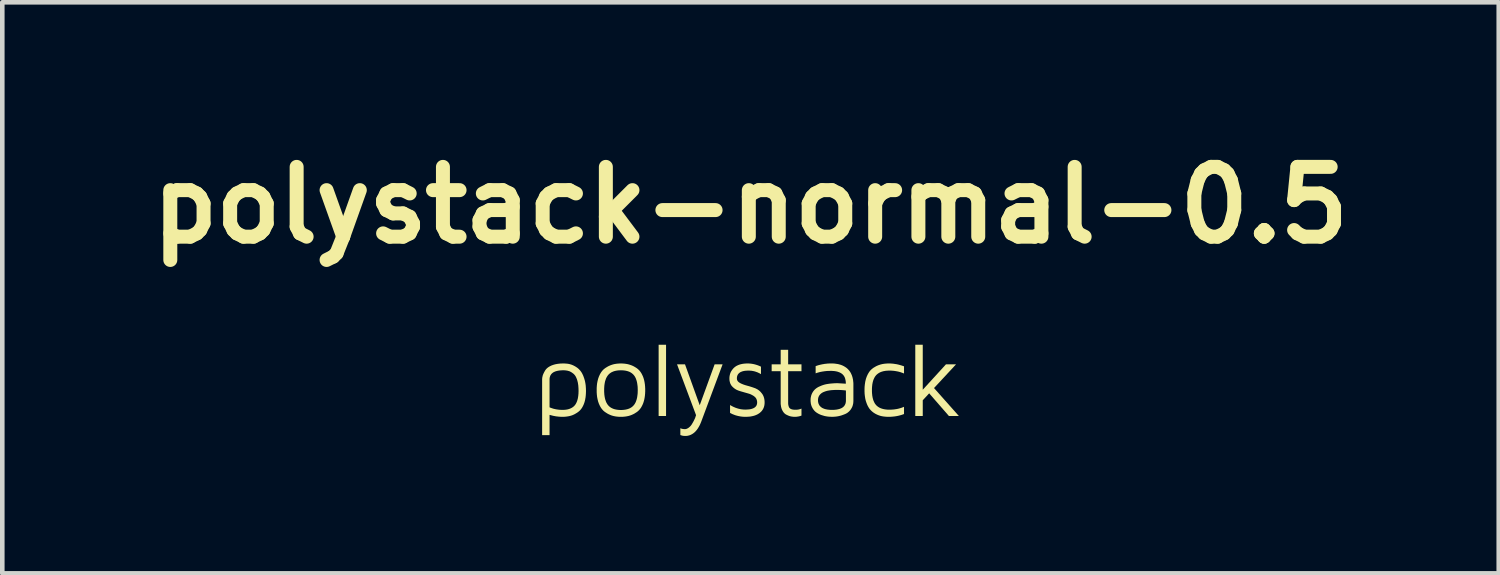
<source format=kicad_pcb>
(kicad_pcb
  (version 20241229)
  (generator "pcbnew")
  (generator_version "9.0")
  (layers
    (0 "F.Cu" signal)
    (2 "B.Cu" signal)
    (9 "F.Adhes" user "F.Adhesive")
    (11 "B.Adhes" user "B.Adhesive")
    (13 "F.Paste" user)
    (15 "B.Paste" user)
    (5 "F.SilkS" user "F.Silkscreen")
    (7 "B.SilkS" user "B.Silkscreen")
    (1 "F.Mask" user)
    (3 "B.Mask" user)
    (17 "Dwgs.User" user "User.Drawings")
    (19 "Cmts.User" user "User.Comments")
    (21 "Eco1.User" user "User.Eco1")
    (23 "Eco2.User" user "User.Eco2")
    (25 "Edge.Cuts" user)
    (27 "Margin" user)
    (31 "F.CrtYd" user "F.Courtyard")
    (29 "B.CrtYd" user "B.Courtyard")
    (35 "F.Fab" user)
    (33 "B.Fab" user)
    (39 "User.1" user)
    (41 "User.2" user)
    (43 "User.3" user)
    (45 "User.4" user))
  (footprint "polystack-normal-0.5"
    (layer "F.Cu")
    (at 13.331 5.47)
    (property "Reference" "polystack-normal-0.5" (at 0 -4.043 0) (layer "F.SilkS") (effects (font (size 1.524 1.524) (thickness 0.305))))
    (attr smd)
    (fp_poly (pts (xy -2.005 0.56) (xy -2.005 -0.995) (xy -1.843 -0.995) (xy -1.843 0.56) (xy -2.005 0.56)) (stroke (width 0) (type solid)) (fill yes) (layer "F.SilkS"))
    (fp_poly (pts (xy 3.597 0.56) (xy 3.597 -0.995) (xy 3.76 -0.995) (xy 3.76 -0.013) (xy 4.266 -0.567) (xy 4.486 -0.567) (xy 4.006 -0.05) (xy 4.548 0.56) (xy 4.331 0.56) (xy 3.9 0.065) (xy 3.76 0.217) (xy 3.76 0.56) (xy 3.597 0.56)) (stroke (width 0) (type solid)) (fill yes) (layer "F.SilkS"))
    (fp_poly (pts (xy 0.462 -0.418) (xy 0.462 -0.567) (xy 0.659 -0.567) (xy 0.659 -0.885) (xy 0.822 -0.885) (xy 0.822 -0.567) (xy 1.113 -0.567) (xy 1.113 -0.418) (xy 0.822 -0.418) (xy 0.822 0.269) (xy 0.822 0.286) (xy 0.823 0.301) (xy 0.825 0.316) (xy 0.828 0.33) (xy 0.831 0.342) (xy 0.835 0.354) (xy 0.839 0.365) (xy 0.844 0.374) (xy 0.85 0.383) (xy 0.857 0.39) (xy 0.865 0.397) (xy 0.874 0.403) (xy 0.884 0.408) (xy 0.895 0.412) (xy 0.907 0.416) (xy 0.92 0.419) (xy 0.935 0.421) (xy 0.95 0.423) (xy 0.966 0.424) (xy 0.984 0.424) (xy 0.998 0.424) (xy 1.011 0.423) (xy 1.025 0.422) (xy 1.038 0.42) (xy 1.051 0.418) (xy 1.064 0.415) (xy 1.076 0.411) (xy 1.089 0.407) (xy 1.101 0.403) (xy 1.113 0.398) (xy 1.113 0.551) (xy 1.1 0.556) (xy 1.087 0.56) (xy 1.074 0.564) (xy 1.061 0.567) (xy 1.048 0.57) (xy 1.035 0.572) (xy 1.022 0.574) (xy 1.009 0.576) (xy 0.996 0.577) (xy 0.983 0.577) (xy 0.97 0.578) (xy 0.964 0.578) (xy 0.951 0.577) (xy 0.938 0.577) (xy 0.926 0.576) (xy 0.913 0.574) (xy 0.901 0.573) (xy 0.888 0.57) (xy 0.876 0.568) (xy 0.865 0.565) (xy 0.854 0.562) (xy 0.842 0.558) (xy 0.83 0.553) (xy 0.818 0.548) (xy 0.805 0.542) (xy 0.792 0.536) (xy 0.779 0.529) (xy 0.768 0.523) (xy 0.758 0.516) (xy 0.748 0.508) (xy 0.739 0.499) (xy 0.73 0.49) (xy 0.722 0.48) (xy 0.714 0.469) (xy 0.706 0.457) (xy 0.699 0.444) (xy 0.692 0.431) (xy 0.687 0.42) (xy 0.682 0.409) (xy 0.678 0.397) (xy 0.675 0.385) (xy 0.671 0.373) (xy 0.668 0.36) (xy 0.666 0.347) (xy 0.664 0.333) (xy 0.662 0.32) (xy 0.66 0.305) (xy 0.659 0.291) (xy 0.659 0.276) (xy 0.659 0.26) (xy 0.659 -0.418) (xy 0.462 -0.418) (xy 0.462 -0.418)) (stroke (width 0) (type solid)) (fill yes) (layer "F.SilkS"))
    (fp_poly (pts (xy -1.603 -0.567) (xy -1.429 -0.567) (xy -1.108 0.325) (xy -0.783 -0.567) (xy -0.609 -0.567) (xy -1.07 0.67) (xy -1.076 0.686) (xy -1.082 0.701) (xy -1.088 0.715) (xy -1.094 0.729) (xy -1.1 0.743) (xy -1.107 0.757) (xy -1.113 0.77) (xy -1.12 0.782) (xy -1.127 0.795) (xy -1.134 0.807) (xy -1.141 0.818) (xy -1.148 0.83) (xy -1.155 0.84) (xy -1.163 0.851) (xy -1.17 0.861) (xy -1.178 0.871) (xy -1.186 0.88) (xy -1.194 0.889) (xy -1.202 0.898) (xy -1.21 0.906) (xy -1.219 0.914) (xy -1.227 0.922) (xy -1.236 0.929) (xy -1.245 0.936) (xy -1.254 0.942) (xy -1.263 0.948) (xy -1.272 0.954) (xy -1.281 0.959) (xy -1.291 0.964) (xy -1.3 0.969) (xy -1.31 0.973) (xy -1.32 0.977) (xy -1.33 0.981) (xy -1.34 0.984) (xy -1.35 0.986) (xy -1.36 0.989) (xy -1.371 0.991) (xy -1.381 0.993) (xy -1.392 0.994) (xy -1.403 0.995) (xy -1.414 0.995) (xy -1.425 0.995) (xy -1.438 0.995) (xy -1.452 0.994) (xy -1.465 0.993) (xy -1.478 0.991) (xy -1.492 0.988) (xy -1.505 0.984) (xy -1.518 0.98) (xy -1.531 0.976) (xy -1.531 0.827) (xy -1.519 0.831) (xy -1.508 0.836) (xy -1.496 0.839) (xy -1.484 0.842) (xy -1.472 0.844) (xy -1.459 0.845) (xy -1.447 0.846) (xy -1.434 0.847) (xy -1.421 0.846) (xy -1.409 0.844) (xy -1.397 0.841) (xy -1.385 0.836) (xy -1.373 0.83) (xy -1.361 0.823) (xy -1.349 0.815) (xy -1.339 0.807) (xy -1.329 0.798) (xy -1.32 0.79) (xy -1.311 0.781) (xy -1.302 0.771) (xy -1.295 0.761) (xy -1.287 0.751) (xy -1.28 0.74) (xy -1.274 0.729) (xy -1.267 0.718) (xy -1.261 0.707) (xy -1.254 0.695) (xy -1.248 0.684) (xy -1.242 0.673) (xy -1.236 0.662) (xy -1.231 0.65) (xy -1.224 0.636) (xy -1.217 0.622) (xy -1.211 0.609) (xy -1.206 0.596) (xy -1.202 0.584) (xy -1.199 0.573) (xy -1.188 0.542) (xy -1.603 -0.567) (xy -1.603 -0.567)) (stroke (width 0) (type solid)) (fill yes) (layer "F.SilkS"))
    (fp_poly (pts (xy 2.489 -0.004) (xy 2.489 -0.02) (xy 2.489 -0.035) (xy 2.49 -0.05) (xy 2.49 -0.065) (xy 2.491 -0.08) (xy 2.492 -0.094) (xy 2.494 -0.109) (xy 2.495 -0.123) (xy 2.497 -0.136) (xy 2.499 -0.15) (xy 2.501 -0.163) (xy 2.503 -0.177) (xy 2.505 -0.19) (xy 2.508 -0.202) (xy 2.511 -0.215) (xy 2.514 -0.227) (xy 2.517 -0.239) (xy 2.52 -0.251) (xy 2.524 -0.263) (xy 2.528 -0.274) (xy 2.532 -0.286) (xy 2.536 -0.297) (xy 2.542 -0.311) (xy 2.548 -0.324) (xy 2.554 -0.337) (xy 2.56 -0.35) (xy 2.567 -0.363) (xy 2.574 -0.374) (xy 2.581 -0.386) (xy 2.588 -0.397) (xy 2.596 -0.408) (xy 2.603 -0.418) (xy 2.611 -0.428) (xy 2.62 -0.437) (xy 2.628 -0.446) (xy 2.637 -0.454) (xy 2.646 -0.463) (xy 2.655 -0.47) (xy 2.664 -0.477) (xy 2.676 -0.486) (xy 2.687 -0.494) (xy 2.699 -0.501) (xy 2.711 -0.508) (xy 2.723 -0.515) (xy 2.735 -0.522) (xy 2.746 -0.528) (xy 2.758 -0.534) (xy 2.77 -0.539) (xy 2.782 -0.544) (xy 2.794 -0.549) (xy 2.806 -0.553) (xy 2.818 -0.557) (xy 2.83 -0.561) (xy 2.843 -0.565) (xy 2.855 -0.568) (xy 2.868 -0.571) (xy 2.88 -0.574) (xy 2.893 -0.576) (xy 2.906 -0.578) (xy 2.92 -0.58) (xy 2.933 -0.582) (xy 2.946 -0.583) (xy 2.96 -0.584) (xy 2.974 -0.585) (xy 2.988 -0.586) (xy 3.002 -0.586) (xy 3.017 -0.587) (xy 3.03 -0.586) (xy 3.044 -0.586) (xy 3.057 -0.586) (xy 3.071 -0.585) (xy 3.084 -0.584) (xy 3.098 -0.583) (xy 3.111 -0.582) (xy 3.125 -0.58) (xy 3.138 -0.578) (xy 3.152 -0.576) (xy 3.165 -0.574) (xy 3.179 -0.572) (xy 3.192 -0.57) (xy 3.205 -0.567) (xy 3.219 -0.564) (xy 3.232 -0.561) (xy 3.245 -0.557) (xy 3.258 -0.554) (xy 3.272 -0.55) (xy 3.285 -0.546) (xy 3.298 -0.542) (xy 3.311 -0.538) (xy 3.325 -0.533) (xy 3.338 -0.529) (xy 3.351 -0.524) (xy 3.351 -0.368) (xy 3.338 -0.373) (xy 3.325 -0.378) (xy 3.312 -0.383) (xy 3.299 -0.387) (xy 3.287 -0.392) (xy 3.274 -0.396) (xy 3.261 -0.4) (xy 3.248 -0.403) (xy 3.235 -0.407) (xy 3.221 -0.41) (xy 3.208 -0.413) (xy 3.195 -0.415) (xy 3.182 -0.418) (xy 3.169 -0.42) (xy 3.155 -0.422) (xy 3.142 -0.424) (xy 3.129 -0.426) (xy 3.115 -0.427) (xy 3.102 -0.428) (xy 3.089 -0.429) (xy 3.075 -0.43) (xy 3.062 -0.431) (xy 3.048 -0.431) (xy 3.034 -0.431) (xy 3.018 -0.431) (xy 3.002 -0.43) (xy 2.986 -0.429) (xy 2.971 -0.428) (xy 2.956 -0.427) (xy 2.941 -0.425) (xy 2.927 -0.422) (xy 2.913 -0.42) (xy 2.899 -0.417) (xy 2.886 -0.413) (xy 2.873 -0.41) (xy 2.861 -0.406) (xy 2.849 -0.401) (xy 2.837 -0.397) (xy 2.826 -0.391) (xy 2.815 -0.386) (xy 2.805 -0.38) (xy 2.795 -0.374) (xy 2.785 -0.367) (xy 2.776 -0.361) (xy 2.767 -0.353) (xy 2.758 -0.346) (xy 2.75 -0.338) (xy 2.742 -0.33) (xy 2.735 -0.322) (xy 2.729 -0.313) (xy 2.722 -0.305) (xy 2.716 -0.296) (xy 2.71 -0.286) (xy 2.705 -0.276) (xy 2.7 -0.266) (xy 2.695 -0.256) (xy 2.69 -0.245) (xy 2.685 -0.234) (xy 2.681 -0.222) (xy 2.677 -0.21) (xy 2.674 -0.198) (xy 2.67 -0.185) (xy 2.667 -0.172) (xy 2.664 -0.158) (xy 2.662 -0.145) (xy 2.659 -0.131) (xy 2.657 -0.116) (xy 2.656 -0.101) (xy 2.654 -0.086) (xy 2.653 -0.07) (xy 2.652 -0.054) (xy 2.651 -0.038) (xy 2.651 -0.021) (xy 2.651 -0.004) (xy 2.651 0.013) (xy 2.651 0.03) (xy 2.652 0.046) (xy 2.653 0.062) (xy 2.654 0.078) (xy 2.656 0.093) (xy 2.657 0.108) (xy 2.659 0.123) (xy 2.662 0.137) (xy 2.664 0.151) (xy 2.667 0.164) (xy 2.67 0.177) (xy 2.674 0.19) (xy 2.677 0.203) (xy 2.681 0.215) (xy 2.685 0.226) (xy 2.69 0.237) (xy 2.695 0.248) (xy 2.7 0.259) (xy 2.705 0.269) (xy 2.71 0.279) (xy 2.716 0.288) (xy 2.722 0.297) (xy 2.729 0.306) (xy 2.735 0.314) (xy 2.742 0.322) (xy 2.75 0.33) (xy 2.758 0.338) (xy 2.767 0.345) (xy 2.776 0.353) (xy 2.785 0.359) (xy 2.795 0.366) (xy 2.805 0.372) (xy 2.815 0.378) (xy 2.826 0.383) (xy 2.837 0.388) (xy 2.849 0.393) (xy 2.861 0.397) (xy 2.873 0.401) (xy 2.886 0.405) (xy 2.899 0.408) (xy 2.913 0.411) (xy 2.927 0.414) (xy 2.941 0.416) (xy 2.956 0.418) (xy 2.971 0.419) (xy 2.986 0.421) (xy 3.002 0.422) (xy 3.018 0.422) (xy 3.034 0.422) (xy 3.049 0.422) (xy 3.063 0.422) (xy 3.077 0.421) (xy 3.09 0.42) (xy 3.104 0.419) (xy 3.118 0.418) (xy 3.132 0.417) (xy 3.145 0.415) (xy 3.159 0.413) (xy 3.172 0.411) (xy 3.185 0.409) (xy 3.198 0.407) (xy 3.212 0.404) (xy 3.225 0.401) (xy 3.238 0.398) (xy 3.251 0.394) (xy 3.263 0.391) (xy 3.276 0.387) (xy 3.289 0.383) (xy 3.301 0.379) (xy 3.314 0.374) (xy 3.326 0.369) (xy 3.339 0.365) (xy 3.351 0.359) (xy 3.351 0.517) (xy 3.338 0.522) (xy 3.325 0.526) (xy 3.313 0.531) (xy 3.3 0.535) (xy 3.287 0.539) (xy 3.274 0.543) (xy 3.261 0.546) (xy 3.248 0.55) (xy 3.235 0.553) (xy 3.222 0.556) (xy 3.208 0.559) (xy 3.195 0.561) (xy 3.182 0.564) (xy 3.168 0.566) (xy 3.155 0.568) (xy 3.141 0.57) (xy 3.128 0.571) (xy 3.114 0.573) (xy 3.1 0.574) (xy 3.087 0.575) (xy 3.073 0.576) (xy 3.059 0.577) (xy 3.045 0.577) (xy 3.031 0.578) (xy 3.017 0.578) (xy 3.002 0.578) (xy 2.988 0.577) (xy 2.974 0.577) (xy 2.96 0.576) (xy 2.947 0.575) (xy 2.933 0.574) (xy 2.92 0.572) (xy 2.907 0.571) (xy 2.894 0.569) (xy 2.881 0.567) (xy 2.868 0.564) (xy 2.856 0.562) (xy 2.843 0.559) (xy 2.83 0.555) (xy 2.818 0.551) (xy 2.805 0.547) (xy 2.792 0.542) (xy 2.779 0.537) (xy 2.766 0.531) (xy 2.753 0.525) (xy 2.74 0.519) (xy 2.727 0.512) (xy 2.715 0.505) (xy 2.704 0.498) (xy 2.692 0.49) (xy 2.681 0.483) (xy 2.671 0.475) (xy 2.66 0.466) (xy 2.65 0.458) (xy 2.641 0.449) (xy 2.631 0.44) (xy 2.622 0.43) (xy 2.613 0.42) (xy 2.604 0.41) (xy 2.597 0.401) (xy 2.59 0.391) (xy 2.584 0.381) (xy 2.577 0.371) (xy 2.571 0.36) (xy 2.564 0.348) (xy 2.558 0.336) (xy 2.552 0.324) (xy 2.547 0.312) (xy 2.541 0.298) (xy 2.536 0.285) (xy 2.531 0.271) (xy 2.526 0.256) (xy 2.521 0.241) (xy 2.517 0.23) (xy 2.514 0.217) (xy 2.511 0.205) (xy 2.508 0.193) (xy 2.505 0.18) (xy 2.503 0.167) (xy 2.501 0.154) (xy 2.499 0.141) (xy 2.497 0.127) (xy 2.495 0.113) (xy 2.494 0.099) (xy 2.492 0.085) (xy 2.491 0.071) (xy 2.49 0.056) (xy 2.49 0.041) (xy 2.489 0.026) (xy 2.489 0.011) (xy 2.489 -0.004) (xy 2.489 -0.004)) (stroke (width 0) (type solid)) (fill yes) (layer "F.SilkS"))
    (fp_poly (pts (xy -4.548 0.978) (xy -4.548 -0.23) (xy -4.31 -0.388) (xy -4.318 -0.382) (xy -4.326 -0.376) (xy -4.333 -0.369) (xy -4.34 -0.363) (xy -4.346 -0.356) (xy -4.352 -0.349) (xy -4.357 -0.341) (xy -4.362 -0.333) (xy -4.367 -0.325) (xy -4.371 -0.316) (xy -4.374 -0.307) (xy -4.377 -0.298) (xy -4.38 -0.289) (xy -4.382 -0.279) (xy -4.384 -0.269) (xy -4.385 -0.259) (xy -4.386 -0.248) (xy -4.386 -0.237) (xy -4.386 0.37) (xy -4.386 0.37) (xy -4.374 0.376) (xy -4.361 0.381) (xy -4.349 0.385) (xy -4.336 0.39) (xy -4.323 0.394) (xy -4.311 0.398) (xy -4.298 0.402) (xy -4.285 0.405) (xy -4.271 0.408) (xy -4.258 0.411) (xy -4.245 0.414) (xy -4.231 0.416) (xy -4.218 0.418) (xy -4.204 0.42) (xy -4.191 0.422) (xy -4.177 0.423) (xy -4.163 0.425) (xy -4.149 0.425) (xy -4.135 0.426) (xy -4.12 0.426) (xy -4.106 0.427) (xy -4.09 0.426) (xy -4.075 0.426) (xy -4.059 0.425) (xy -4.045 0.424) (xy -4.03 0.422) (xy -4.016 0.42) (xy -4.003 0.418) (xy -3.989 0.415) (xy -3.977 0.412) (xy -3.964 0.408) (xy -3.952 0.404) (xy -3.94 0.4) (xy -3.929 0.395) (xy -3.918 0.39) (xy -3.908 0.385) (xy -3.897 0.379) (xy -3.888 0.373) (xy -3.878 0.366) (xy -3.869 0.36) (xy -3.861 0.352) (xy -3.852 0.345) (xy -3.844 0.337) (xy -3.837 0.328) (xy -3.83 0.32) (xy -3.824 0.312) (xy -3.818 0.303) (xy -3.812 0.294) (xy -3.807 0.284) (xy -3.802 0.274) (xy -3.797 0.264) (xy -3.792 0.253) (xy -3.788 0.242) (xy -3.783 0.23) (xy -3.78 0.218) (xy -3.776 0.206) (xy -3.773 0.193) (xy -3.769 0.18) (xy -3.767 0.166) (xy -3.764 0.152) (xy -3.762 0.138) (xy -3.76 0.123) (xy -3.758 0.108) (xy -3.757 0.092) (xy -3.755 0.077) (xy -3.754 0.06) (xy -3.754 0.043) (xy -3.753 0.026) (xy -3.753 0.009) (xy -3.753 -0.007) (xy -3.754 -0.022) (xy -3.754 -0.037) (xy -3.755 -0.052) (xy -3.756 -0.067) (xy -3.757 -0.081) (xy -3.758 -0.095) (xy -3.759 -0.108) (xy -3.761 -0.122) (xy -3.763 -0.135) (xy -3.765 -0.147) (xy -3.767 -0.16) (xy -3.769 -0.172) (xy -3.772 -0.184) (xy -3.775 -0.195) (xy -3.778 -0.207) (xy -3.781 -0.218) (xy -3.784 -0.228) (xy -3.789 -0.244) (xy -3.795 -0.258) (xy -3.801 -0.272) (xy -3.807 -0.286) (xy -3.813 -0.298) (xy -3.82 -0.31) (xy -3.827 -0.321) (xy -3.835 -0.332) (xy -3.843 -0.341) (xy -3.851 -0.35) (xy -3.86 -0.359) (xy -3.869 -0.366) (xy -3.881 -0.375) (xy -3.893 -0.384) (xy -3.905 -0.392) (xy -3.916 -0.399) (xy -3.928 -0.405) (xy -3.939 -0.411) (xy -3.95 -0.416) (xy -3.962 -0.42) (xy -3.973 -0.423) (xy -3.984 -0.426) (xy -3.995 -0.429) (xy -4.007 -0.431) (xy -4.019 -0.433) (xy -4.032 -0.435) (xy -4.045 -0.436) (xy -4.058 -0.437) (xy -4.071 -0.438) (xy -4.085 -0.438) (xy -4.101 -0.438) (xy -4.117 -0.437) (xy -4.133 -0.436) (xy -4.148 -0.435) (xy -4.163 -0.434) (xy -4.177 -0.432) (xy -4.19 -0.43) (xy -4.204 -0.428) (xy -4.216 -0.425) (xy -4.229 -0.422) (xy -4.24 -0.419) (xy -4.252 -0.415) (xy -4.263 -0.412) (xy -4.273 -0.407) (xy -4.283 -0.403) (xy -4.293 -0.398) (xy -4.302 -0.393) (xy -4.31 -0.388) (xy -4.548 -0.23) (xy -4.548 -0.243) (xy -4.547 -0.256) (xy -4.546 -0.27) (xy -4.544 -0.283) (xy -4.541 -0.296) (xy -4.538 -0.31) (xy -4.535 -0.323) (xy -4.532 -0.333) (xy -4.528 -0.343) (xy -4.524 -0.353) (xy -4.519 -0.364) (xy -4.514 -0.375) (xy -4.508 -0.387) (xy -4.502 -0.399) (xy -4.495 -0.411) (xy -4.488 -0.424) (xy -4.48 -0.437) (xy -4.473 -0.446) (xy -4.467 -0.455) (xy -4.459 -0.464) (xy -4.451 -0.473) (xy -4.442 -0.481) (xy -4.433 -0.489) (xy -4.423 -0.497) (xy -4.412 -0.505) (xy -4.401 -0.512) (xy -4.39 -0.519) (xy -4.377 -0.526) (xy -4.364 -0.532) (xy -4.351 -0.539) (xy -4.336 -0.545) (xy -4.325 -0.549) (xy -4.314 -0.553) (xy -4.303 -0.557) (xy -4.291 -0.56) (xy -4.279 -0.564) (xy -4.267 -0.567) (xy -4.255 -0.57) (xy -4.242 -0.572) (xy -4.229 -0.575) (xy -4.216 -0.577) (xy -4.202 -0.579) (xy -4.188 -0.581) (xy -4.174 -0.582) (xy -4.16 -0.584) (xy -4.146 -0.585) (xy -4.131 -0.585) (xy -4.116 -0.586) (xy -4.101 -0.586) (xy -4.085 -0.587) (xy -4.071 -0.586) (xy -4.057 -0.586) (xy -4.044 -0.585) (xy -4.03 -0.584) (xy -4.016 -0.583) (xy -4.003 -0.582) (xy -3.989 -0.58) (xy -3.976 -0.578) (xy -3.963 -0.576) (xy -3.95 -0.573) (xy -3.938 -0.57) (xy -3.926 -0.566) (xy -3.913 -0.562) (xy -3.9 -0.558) (xy -3.887 -0.552) (xy -3.873 -0.547) (xy -3.86 -0.54) (xy -3.846 -0.533) (xy -3.833 -0.526) (xy -3.821 -0.519) (xy -3.81 -0.512) (xy -3.799 -0.505) (xy -3.788 -0.497) (xy -3.777 -0.49) (xy -3.767 -0.481) (xy -3.757 -0.473) (xy -3.747 -0.464) (xy -3.738 -0.454) (xy -3.729 -0.445) (xy -3.72 -0.435) (xy -3.711 -0.424) (xy -3.705 -0.416) (xy -3.698 -0.407) (xy -3.692 -0.397) (xy -3.685 -0.387) (xy -3.679 -0.377) (xy -3.673 -0.366) (xy -3.668 -0.355) (xy -3.662 -0.343) (xy -3.656 -0.331) (xy -3.651 -0.319) (xy -3.646 -0.306) (xy -3.641 -0.292) (xy -3.636 -0.278) (xy -3.631 -0.264) (xy -3.626 -0.249) (xy -3.623 -0.237) (xy -3.619 -0.225) (xy -3.616 -0.213) (xy -3.613 -0.201) (xy -3.61 -0.188) (xy -3.608 -0.175) (xy -3.605 -0.162) (xy -3.603 -0.149) (xy -3.601 -0.135) (xy -3.599 -0.122) (xy -3.597 -0.108) (xy -3.596 -0.094) (xy -3.595 -0.079) (xy -3.594 -0.065) (xy -3.593 -0.05) (xy -3.592 -0.035) (xy -3.592 -0.02) (xy -3.591 -0.005) (xy -3.591 0.011) (xy -3.591 0.027) (xy -3.592 0.042) (xy -3.592 0.058) (xy -3.593 0.073) (xy -3.594 0.088) (xy -3.595 0.103) (xy -3.596 0.117) (xy -3.598 0.131) (xy -3.599 0.145) (xy -3.601 0.159) (xy -3.604 0.173) (xy -3.606 0.186) (xy -3.608 0.199) (xy -3.611 0.212) (xy -3.614 0.225) (xy -3.617 0.238) (xy -3.621 0.25) (xy -3.624 0.262) (xy -3.628 0.274) (xy -3.632 0.285) (xy -3.636 0.296) (xy -3.642 0.311) (xy -3.648 0.325) (xy -3.655 0.338) (xy -3.661 0.351) (xy -3.668 0.364) (xy -3.675 0.376) (xy -3.683 0.388) (xy -3.69 0.399) (xy -3.698 0.409) (xy -3.707 0.42) (xy -3.715 0.43) (xy -3.724 0.439) (xy -3.733 0.448) (xy -3.742 0.456) (xy -3.752 0.464) (xy -3.762 0.472) (xy -3.773 0.48) (xy -3.785 0.488) (xy -3.796 0.495) (xy -3.808 0.502) (xy -3.819 0.509) (xy -3.831 0.516) (xy -3.842 0.522) (xy -3.854 0.527) (xy -3.865 0.533) (xy -3.877 0.538) (xy -3.889 0.543) (xy -3.901 0.547) (xy -3.912 0.551) (xy -3.924 0.554) (xy -3.936 0.558) (xy -3.948 0.561) (xy -3.96 0.563) (xy -3.973 0.566) (xy -3.985 0.568) (xy -3.998 0.57) (xy -4.011 0.572) (xy -4.024 0.573) (xy -4.037 0.575) (xy -4.051 0.576) (xy -4.064 0.577) (xy -4.078 0.577) (xy -4.092 0.578) (xy -4.106 0.578) (xy -4.119 0.578) (xy -4.132 0.577) (xy -4.145 0.577) (xy -4.159 0.576) (xy -4.172 0.575) (xy -4.185 0.574) (xy -4.198 0.573) (xy -4.212 0.571) (xy -4.225 0.57) (xy -4.238 0.568) (xy -4.252 0.566) (xy -4.265 0.564) (xy -4.278 0.561) (xy -4.292 0.559) (xy -4.305 0.556) (xy -4.319 0.553) (xy -4.332 0.549) (xy -4.345 0.546) (xy -4.359 0.542) (xy -4.372 0.539) (xy -4.386 0.535) (xy -4.386 0.978) (xy -4.548 0.978) (xy -4.548 0.978)) (stroke (width 0) (type solid)) (fill yes) (layer "F.SilkS"))
    (fp_poly (pts (xy -0.46 -0.259) (xy -0.46 -0.273) (xy -0.459 -0.286) (xy -0.458 -0.299) (xy -0.456 -0.312) (xy -0.454 -0.324) (xy -0.451 -0.337) (xy -0.448 -0.349) (xy -0.445 -0.361) (xy -0.44 -0.373) (xy -0.436 -0.385) (xy -0.431 -0.396) (xy -0.425 -0.408) (xy -0.419 -0.419) (xy -0.412 -0.429) (xy -0.405 -0.44) (xy -0.397 -0.451) (xy -0.389 -0.461) (xy -0.381 -0.471) (xy -0.372 -0.481) (xy -0.362 -0.491) (xy -0.354 -0.498) (xy -0.346 -0.505) (xy -0.337 -0.512) (xy -0.328 -0.519) (xy -0.318 -0.525) (xy -0.309 -0.531) (xy -0.298 -0.537) (xy -0.288 -0.542) (xy -0.277 -0.547) (xy -0.266 -0.552) (xy -0.255 -0.556) (xy -0.243 -0.561) (xy -0.231 -0.564) (xy -0.219 -0.568) (xy -0.206 -0.571) (xy -0.193 -0.574) (xy -0.179 -0.577) (xy -0.166 -0.579) (xy -0.151 -0.581) (xy -0.137 -0.583) (xy -0.122 -0.584) (xy -0.107 -0.585) (xy -0.092 -0.586) (xy -0.076 -0.586) (xy -0.06 -0.587) (xy -0.047 -0.586) (xy -0.034 -0.586) (xy -0.021 -0.585) (xy -0.008 -0.584) (xy 0.006 -0.583) (xy 0.019 -0.581) (xy 0.032 -0.579) (xy 0.045 -0.577) (xy 0.058 -0.575) (xy 0.071 -0.572) (xy 0.084 -0.569) (xy 0.097 -0.566) (xy 0.111 -0.562) (xy 0.124 -0.558) (xy 0.137 -0.554) (xy 0.15 -0.55) (xy 0.163 -0.545) (xy 0.176 -0.54) (xy 0.189 -0.535) (xy 0.202 -0.529) (xy 0.216 -0.523) (xy 0.229 -0.517) (xy 0.229 -0.354) (xy 0.216 -0.361) (xy 0.204 -0.368) (xy 0.192 -0.374) (xy 0.179 -0.38) (xy 0.167 -0.386) (xy 0.154 -0.392) (xy 0.141 -0.397) (xy 0.129 -0.401) (xy 0.116 -0.406) (xy 0.103 -0.41) (xy 0.09 -0.414) (xy 0.077 -0.417) (xy 0.064 -0.42) (xy 0.051 -0.422) (xy 0.038 -0.425) (xy 0.025 -0.427) (xy 0.011 -0.428) (xy -0.002 -0.429) (xy -0.015 -0.43) (xy -0.029 -0.431) (xy -0.042 -0.431) (xy -0.059 -0.431) (xy -0.074 -0.43) (xy -0.089 -0.429) (xy -0.104 -0.428) (xy -0.118 -0.427) (xy -0.131 -0.425) (xy -0.144 -0.422) (xy -0.157 -0.42) (xy -0.169 -0.417) (xy -0.18 -0.413) (xy -0.191 -0.409) (xy -0.201 -0.405) (xy -0.211 -0.401) (xy -0.221 -0.396) (xy -0.229 -0.391) (xy -0.237 -0.385) (xy -0.245 -0.379) (xy -0.252 -0.373) (xy -0.259 -0.366) (xy -0.265 -0.359) (xy -0.271 -0.352) (xy -0.276 -0.344) (xy -0.28 -0.336) (xy -0.284 -0.328) (xy -0.288 -0.319) (xy -0.29 -0.31) (xy -0.293 -0.301) (xy -0.295 -0.291) (xy -0.296 -0.281) (xy -0.297 -0.27) (xy -0.297 -0.259) (xy -0.296 -0.248) (xy -0.295 -0.237) (xy -0.292 -0.226) (xy -0.287 -0.216) (xy -0.282 -0.206) (xy -0.275 -0.197) (xy -0.267 -0.188) (xy -0.258 -0.18) (xy -0.247 -0.172) (xy -0.235 -0.164) (xy -0.225 -0.158) (xy -0.214 -0.153) (xy -0.203 -0.147) (xy -0.191 -0.142) (xy -0.179 -0.137) (xy -0.167 -0.132) (xy -0.154 -0.127) (xy -0.141 -0.122) (xy -0.127 -0.118) (xy -0.113 -0.113) (xy -0.099 -0.109) (xy -0.084 -0.105) (xy -0.072 -0.101) (xy -0.059 -0.098) (xy -0.046 -0.094) (xy -0.033 -0.091) (xy -0.021 -0.087) (xy -0.008 -0.083) (xy 0.005 -0.079) (xy 0.018 -0.075) (xy 0.03 -0.071) (xy 0.043 -0.067) (xy 0.056 -0.062) (xy 0.069 -0.058) (xy 0.082 -0.053) (xy 0.094 -0.049) (xy 0.107 -0.044) (xy 0.119 -0.038) (xy 0.131 -0.032) (xy 0.143 -0.026) (xy 0.155 -0.019) (xy 0.166 -0.012) (xy 0.177 -0.004) (xy 0.187 0.004) (xy 0.198 0.013) (xy 0.208 0.022) (xy 0.218 0.032) (xy 0.227 0.042) (xy 0.236 0.053) (xy 0.245 0.064) (xy 0.253 0.074) (xy 0.26 0.084) (xy 0.267 0.095) (xy 0.273 0.106) (xy 0.278 0.117) (xy 0.284 0.129) (xy 0.288 0.141) (xy 0.292 0.153) (xy 0.296 0.166) (xy 0.299 0.179) (xy 0.302 0.192) (xy 0.304 0.206) (xy 0.306 0.22) (xy 0.307 0.235) (xy 0.308 0.249) (xy 0.308 0.265) (xy 0.308 0.278) (xy 0.307 0.292) (xy 0.306 0.305) (xy 0.304 0.318) (xy 0.302 0.331) (xy 0.299 0.343) (xy 0.296 0.355) (xy 0.292 0.367) (xy 0.288 0.379) (xy 0.283 0.39) (xy 0.278 0.401) (xy 0.272 0.412) (xy 0.266 0.422) (xy 0.259 0.432) (xy 0.252 0.442) (xy 0.244 0.452) (xy 0.236 0.461) (xy 0.227 0.47) (xy 0.218 0.478) (xy 0.208 0.487) (xy 0.198 0.495) (xy 0.189 0.502) (xy 0.179 0.508) (xy 0.169 0.514) (xy 0.159 0.52) (xy 0.149 0.526) (xy 0.138 0.531) (xy 0.127 0.536) (xy 0.116 0.541) (xy 0.104 0.545) (xy 0.092 0.55) (xy 0.08 0.553) (xy 0.068 0.557) (xy 0.055 0.56) (xy 0.042 0.563) (xy 0.028 0.566) (xy 0.015 0.568) (xy 0.001 0.571) (xy -0.014 0.573) (xy -0.028 0.574) (xy -0.043 0.575) (xy -0.058 0.576) (xy -0.074 0.577) (xy -0.089 0.578) (xy -0.105 0.578) (xy -0.12 0.578) (xy -0.134 0.577) (xy -0.148 0.577) (xy -0.162 0.576) (xy -0.176 0.575) (xy -0.19 0.573) (xy -0.204 0.572) (xy -0.217 0.57) (xy -0.231 0.567) (xy -0.244 0.565) (xy -0.258 0.562) (xy -0.271 0.56) (xy -0.284 0.556) (xy -0.297 0.553) (xy -0.31 0.549) (xy -0.323 0.546) (xy -0.336 0.541) (xy -0.348 0.537) (xy -0.361 0.532) (xy -0.373 0.527) (xy -0.386 0.522) (xy -0.398 0.517) (xy -0.41 0.511) (xy -0.422 0.505) (xy -0.434 0.499) (xy -0.446 0.493) (xy -0.446 0.321) (xy -0.433 0.328) (xy -0.421 0.335) (xy -0.408 0.342) (xy -0.396 0.349) (xy -0.383 0.355) (xy -0.371 0.361) (xy -0.358 0.367) (xy -0.345 0.372) (xy -0.333 0.378) (xy -0.32 0.382) (xy -0.307 0.387) (xy -0.294 0.391) (xy -0.281 0.395) (xy -0.269 0.399) (xy -0.256 0.402) (xy -0.243 0.405) (xy -0.23 0.408) (xy -0.217 0.411) (xy -0.204 0.413) (xy -0.191 0.415) (xy -0.178 0.416) (xy -0.165 0.418) (xy -0.151 0.419) (xy -0.138 0.419) (xy -0.125 0.42) (xy -0.112 0.42) (xy -0.095 0.42) (xy -0.079 0.419) (xy -0.063 0.418) (xy -0.048 0.417) (xy -0.033 0.416) (xy -0.019 0.414) (xy -0.006 0.412) (xy 0.007 0.409) (xy 0.019 0.406) (xy 0.031 0.403) (xy 0.042 0.399) (xy 0.052 0.395) (xy 0.062 0.391) (xy 0.072 0.386) (xy 0.081 0.381) (xy 0.089 0.376) (xy 0.097 0.37) (xy 0.104 0.364) (xy 0.11 0.358) (xy 0.116 0.351) (xy 0.122 0.344) (xy 0.127 0.336) (xy 0.131 0.329) (xy 0.135 0.321) (xy 0.138 0.312) (xy 0.14 0.303) (xy 0.142 0.294) (xy 0.144 0.285) (xy 0.145 0.275) (xy 0.145 0.265) (xy 0.145 0.251) (xy 0.143 0.238) (xy 0.141 0.225) (xy 0.138 0.213) (xy 0.134 0.201) (xy 0.13 0.19) (xy 0.124 0.179) (xy 0.118 0.169) (xy 0.11 0.159) (xy 0.102 0.15) (xy 0.093 0.142) (xy 0.083 0.133) (xy 0.074 0.126) (xy 0.064 0.119) (xy 0.053 0.113) (xy 0.043 0.107) (xy 0.032 0.101) (xy 0.02 0.095) (xy 0.009 0.089) (xy -0.003 0.084) (xy -0.015 0.079) (xy -0.028 0.075) (xy -0.041 0.071) (xy -0.054 0.067) (xy -0.068 0.063) (xy -0.081 0.059) (xy -0.093 0.056) (xy -0.106 0.052) (xy -0.119 0.049) (xy -0.132 0.045) (xy -0.144 0.041) (xy -0.157 0.038) (xy -0.17 0.034) (xy -0.183 0.03) (xy -0.195 0.027) (xy -0.208 0.023) (xy -0.221 0.019) (xy -0.234 0.015) (xy -0.246 0.011) (xy -0.259 0.007) (xy -0.271 0.002) (xy -0.283 -0.003) (xy -0.295 -0.008) (xy -0.307 -0.014) (xy -0.318 -0.02) (xy -0.329 -0.027) (xy -0.34 -0.034) (xy -0.35 -0.041) (xy -0.36 -0.049) (xy -0.37 -0.057) (xy -0.38 -0.066) (xy -0.389 -0.075) (xy -0.399 -0.084) (xy -0.406 -0.093) (xy -0.414 -0.102) (xy -0.421 -0.112) (xy -0.427 -0.123) (xy -0.433 -0.133) (xy -0.438 -0.144) (xy -0.443 -0.155) (xy -0.447 -0.167) (xy -0.45 -0.179) (xy -0.453 -0.192) (xy -0.456 -0.204) (xy -0.458 -0.217) (xy -0.459 -0.231) (xy -0.46 -0.245) (xy -0.46 -0.259)) (stroke (width 0) (type solid)) (fill yes) (layer "F.SilkS"))
    (fp_poly (pts (xy 1.311 0.215) (xy 1.312 0.201) (xy 1.473 0.215) (xy 1.474 0.226) (xy 1.474 0.237) (xy 1.475 0.247) (xy 1.477 0.258) (xy 1.479 0.268) (xy 1.481 0.278) (xy 1.484 0.287) (xy 1.488 0.296) (xy 1.492 0.305) (xy 1.496 0.314) (xy 1.5 0.322) (xy 1.506 0.33) (xy 1.511 0.337) (xy 1.517 0.344) (xy 1.524 0.351) (xy 1.531 0.358) (xy 1.538 0.364) (xy 1.546 0.37) (xy 1.554 0.376) (xy 1.563 0.382) (xy 1.572 0.387) (xy 1.582 0.391) (xy 1.592 0.396) (xy 1.602 0.4) (xy 1.613 0.404) (xy 1.625 0.408) (xy 1.637 0.411) (xy 1.649 0.414) (xy 1.662 0.416) (xy 1.675 0.419) (xy 1.689 0.421) (xy 1.703 0.422) (xy 1.717 0.424) (xy 1.732 0.425) (xy 1.748 0.426) (xy 1.764 0.426) (xy 1.78 0.426) (xy 1.783 0.426) (xy 1.8 0.426) (xy 1.816 0.426) (xy 1.831 0.425) (xy 1.846 0.424) (xy 1.861 0.422) (xy 1.875 0.421) (xy 1.888 0.418) (xy 1.902 0.416) (xy 1.914 0.413) (xy 1.927 0.41) (xy 1.938 0.407) (xy 1.95 0.403) (xy 1.961 0.399) (xy 1.971 0.395) (xy 1.981 0.391) (xy 1.99 0.386) (xy 2 0.381) (xy 2.008 0.375) (xy 2.016 0.369) (xy 2.024 0.363) (xy 2.031 0.356) (xy 2.038 0.35) (xy 2.044 0.343) (xy 2.05 0.335) (xy 2.055 0.327) (xy 2.06 0.319) (xy 2.064 0.311) (xy 2.068 0.302) (xy 2.072 0.293) (xy 2.075 0.284) (xy 2.077 0.274) (xy 2.079 0.264) (xy 2.081 0.254) (xy 2.082 0.243) (xy 2.083 0.232) (xy 2.083 0.221) (xy 2.083 0.004) (xy 2.073 0.002) (xy 2.062 0.001) (xy 2.051 -0.001) (xy 2.039 -0.002) (xy 2.027 -0.003) (xy 2.015 -0.004) (xy 2.002 -0.005) (xy 1.989 -0.006) (xy 1.975 -0.007) (xy 1.961 -0.008) (xy 1.946 -0.008) (xy 1.931 -0.009) (xy 1.915 -0.009) (xy 1.899 -0.009) (xy 1.882 -0.009) (xy 1.864 -0.009) (xy 1.847 -0.009) (xy 1.83 -0.008) (xy 1.813 -0.007) (xy 1.797 -0.006) (xy 1.781 -0.005) (xy 1.765 -0.004) (xy 1.75 -0.002) (xy 1.735 -0.000298) (xy 1.721 0.002) (xy 1.707 0.004) (xy 1.693 0.007) (xy 1.68 0.009) (xy 1.667 0.012) (xy 1.655 0.016) (xy 1.643 0.019) (xy 1.632 0.023) (xy 1.621 0.027) (xy 1.61 0.031) (xy 1.6 0.035) (xy 1.59 0.039) (xy 1.58 0.044) (xy 1.571 0.049) (xy 1.562 0.054) (xy 1.554 0.06) (xy 1.546 0.065) (xy 1.539 0.071) (xy 1.532 0.077) (xy 1.525 0.084) (xy 1.519 0.09) (xy 1.513 0.097) (xy 1.508 0.104) (xy 1.502 0.111) (xy 1.498 0.119) (xy 1.494 0.126) (xy 1.49 0.134) (xy 1.486 0.142) (xy 1.483 0.15) (xy 1.481 0.159) (xy 1.478 0.168) (xy 1.477 0.177) (xy 1.475 0.186) (xy 1.474 0.195) (xy 1.474 0.205) (xy 1.473 0.215) (xy 1.473 0.215) (xy 1.312 0.201) (xy 1.312 0.187) (xy 1.313 0.174) (xy 1.315 0.161) (xy 1.317 0.148) (xy 1.32 0.136) (xy 1.323 0.123) (xy 1.326 0.111) (xy 1.33 0.1) (xy 1.334 0.088) (xy 1.339 0.077) (xy 1.345 0.064) (xy 1.352 0.051) (xy 1.359 0.039) (xy 1.367 0.027) (xy 1.374 0.016) (xy 1.383 0.006) (xy 1.391 -0.004) (xy 1.399 -0.013) (xy 1.408 -0.022) (xy 1.418 -0.03) (xy 1.428 -0.039) (xy 1.438 -0.046) (xy 1.449 -0.054) (xy 1.46 -0.061) (xy 1.473 -0.068) (xy 1.485 -0.075) (xy 1.498 -0.081) (xy 1.512 -0.087) (xy 1.526 -0.093) (xy 1.539 -0.099) (xy 1.552 -0.104) (xy 1.565 -0.109) (xy 1.577 -0.113) (xy 1.589 -0.117) (xy 1.601 -0.121) (xy 1.612 -0.124) (xy 1.623 -0.127) (xy 1.634 -0.13) (xy 1.646 -0.132) (xy 1.658 -0.135) (xy 1.67 -0.137) (xy 1.683 -0.139) (xy 1.696 -0.141) (xy 1.709 -0.143) (xy 1.724 -0.145) (xy 1.738 -0.147) (xy 1.756 -0.148) (xy 1.773 -0.15) (xy 1.788 -0.151) (xy 1.802 -0.152) (xy 1.814 -0.153) (xy 1.824 -0.154) (xy 1.833 -0.154) (xy 1.845 -0.155) (xy 1.857 -0.155) (xy 1.871 -0.156) (xy 1.885 -0.156) (xy 1.9 -0.156) (xy 2.081 -0.145) (xy 2.081 -0.16) (xy 2.08 -0.176) (xy 2.079 -0.19) (xy 2.077 -0.205) (xy 2.075 -0.218) (xy 2.072 -0.232) (xy 2.069 -0.244) (xy 2.066 -0.257) (xy 2.062 -0.268) (xy 2.058 -0.28) (xy 2.053 -0.291) (xy 2.047 -0.301) (xy 2.042 -0.311) (xy 2.035 -0.32) (xy 2.029 -0.329) (xy 2.021 -0.337) (xy 2.014 -0.345) (xy 2.006 -0.353) (xy 1.997 -0.36) (xy 1.989 -0.366) (xy 1.98 -0.372) (xy 1.97 -0.378) (xy 1.961 -0.383) (xy 1.951 -0.388) (xy 1.94 -0.393) (xy 1.929 -0.397) (xy 1.918 -0.401) (xy 1.906 -0.405) (xy 1.894 -0.409) (xy 1.882 -0.412) (xy 1.869 -0.414) (xy 1.856 -0.417) (xy 1.842 -0.419) (xy 1.828 -0.421) (xy 1.813 -0.422) (xy 1.798 -0.423) (xy 1.783 -0.424) (xy 1.767 -0.425) (xy 1.751 -0.425) (xy 1.737 -0.425) (xy 1.722 -0.424) (xy 1.708 -0.424) (xy 1.694 -0.423) (xy 1.679 -0.423) (xy 1.665 -0.422) (xy 1.652 -0.421) (xy 1.638 -0.419) (xy 1.624 -0.418) (xy 1.611 -0.416) (xy 1.597 -0.414) (xy 1.584 -0.412) (xy 1.571 -0.41) (xy 1.558 -0.408) (xy 1.545 -0.405) (xy 1.532 -0.403) (xy 1.519 -0.4) (xy 1.507 -0.397) (xy 1.494 -0.394) (xy 1.482 -0.39) (xy 1.469 -0.387) (xy 1.457 -0.383) (xy 1.445 -0.379) (xy 1.433 -0.375) (xy 1.422 -0.371) (xy 1.422 -0.528) (xy 1.435 -0.533) (xy 1.448 -0.537) (xy 1.462 -0.542) (xy 1.475 -0.546) (xy 1.488 -0.55) (xy 1.502 -0.553) (xy 1.515 -0.557) (xy 1.529 -0.56) (xy 1.542 -0.563) (xy 1.556 -0.566) (xy 1.569 -0.569) (xy 1.583 -0.571) (xy 1.596 -0.573) (xy 1.61 -0.576) (xy 1.623 -0.578) (xy 1.637 -0.579) (xy 1.651 -0.581) (xy 1.664 -0.582) (xy 1.678 -0.584) (xy 1.691 -0.585) (xy 1.705 -0.585) (xy 1.719 -0.586) (xy 1.733 -0.587) (xy 1.746 -0.587) (xy 1.76 -0.587) (xy 1.776 -0.587) (xy 1.791 -0.586) (xy 1.806 -0.586) (xy 1.821 -0.585) (xy 1.836 -0.584) (xy 1.85 -0.582) (xy 1.865 -0.58) (xy 1.878 -0.578) (xy 1.892 -0.576) (xy 1.906 -0.574) (xy 1.919 -0.571) (xy 1.932 -0.568) (xy 1.944 -0.564) (xy 1.957 -0.561) (xy 1.969 -0.557) (xy 1.981 -0.553) (xy 1.993 -0.548) (xy 2.004 -0.544) (xy 2.015 -0.539) (xy 2.026 -0.533) (xy 2.037 -0.528) (xy 2.047 -0.522) (xy 2.057 -0.516) (xy 2.067 -0.51) (xy 2.077 -0.503) (xy 2.086 -0.497) (xy 2.096 -0.49) (xy 2.105 -0.482) (xy 2.113 -0.475) (xy 2.122 -0.467) (xy 2.13 -0.458) (xy 2.138 -0.45) (xy 2.146 -0.441) (xy 2.154 -0.432) (xy 2.161 -0.422) (xy 2.168 -0.413) (xy 2.175 -0.403) (xy 2.181 -0.393) (xy 2.187 -0.382) (xy 2.193 -0.371) (xy 2.198 -0.36) (xy 2.203 -0.349) (xy 2.208 -0.338) (xy 2.213 -0.326) (xy 2.217 -0.314) (xy 2.221 -0.301) (xy 2.225 -0.289) (xy 2.228 -0.276) (xy 2.231 -0.263) (xy 2.234 -0.25) (xy 2.237 -0.236) (xy 2.239 -0.222) (xy 2.241 -0.208) (xy 2.242 -0.193) (xy 2.244 -0.179) (xy 2.245 -0.164) (xy 2.246 -0.149) (xy 2.246 -0.133) (xy 2.246 -0.117) (xy 2.246 0.221) (xy 2.246 0.235) (xy 2.245 0.249) (xy 2.244 0.263) (xy 2.243 0.277) (xy 2.241 0.29) (xy 2.238 0.303) (xy 2.235 0.315) (xy 2.232 0.328) (xy 2.228 0.34) (xy 2.224 0.352) (xy 2.219 0.363) (xy 2.214 0.374) (xy 2.208 0.385) (xy 2.202 0.396) (xy 2.195 0.406) (xy 2.188 0.418) (xy 2.18 0.429) (xy 2.171 0.439) (xy 2.162 0.449) (xy 2.153 0.459) (xy 2.143 0.468) (xy 2.133 0.476) (xy 2.123 0.484) (xy 2.113 0.492) (xy 2.102 0.499) (xy 2.09 0.505) (xy 2.079 0.511) (xy 2.067 0.517) (xy 2.054 0.522) (xy 2.041 0.527) (xy 2.028 0.532) (xy 2.015 0.537) (xy 2.003 0.541) (xy 1.99 0.546) (xy 1.978 0.549) (xy 1.966 0.553) (xy 1.954 0.556) (xy 1.942 0.559) (xy 1.93 0.562) (xy 1.919 0.564) (xy 1.905 0.567) (xy 1.891 0.569) (xy 1.878 0.571) (xy 1.864 0.573) (xy 1.851 0.574) (xy 1.837 0.575) (xy 1.824 0.576) (xy 1.81 0.577) (xy 1.797 0.577) (xy 1.783 0.577) (xy 1.77 0.577) (xy 1.757 0.577) (xy 1.744 0.576) (xy 1.731 0.576) (xy 1.717 0.575) (xy 1.704 0.574) (xy 1.69 0.572) (xy 1.676 0.571) (xy 1.665 0.569) (xy 1.654 0.567) (xy 1.642 0.565) (xy 1.631 0.563) (xy 1.618 0.56) (xy 1.606 0.557) (xy 1.593 0.553) (xy 1.58 0.549) (xy 1.567 0.545) (xy 1.553 0.541) (xy 1.539 0.536) (xy 1.526 0.531) (xy 1.513 0.525) (xy 1.501 0.52) (xy 1.489 0.514) (xy 1.477 0.507) (xy 1.466 0.501) (xy 1.455 0.494) (xy 1.444 0.487) (xy 1.434 0.48) (xy 1.424 0.472) (xy 1.414 0.464) (xy 1.405 0.455) (xy 1.395 0.445) (xy 1.387 0.435) (xy 1.378 0.424) (xy 1.37 0.413) (xy 1.362 0.401) (xy 1.354 0.388) (xy 1.347 0.374) (xy 1.341 0.363) (xy 1.336 0.351) (xy 1.331 0.338) (xy 1.327 0.326) (xy 1.323 0.313) (xy 1.32 0.3) (xy 1.317 0.286) (xy 1.315 0.272) (xy 1.314 0.258) (xy 1.312 0.244) (xy 1.312 0.229) (xy 1.311 0.215) (xy 1.311 0.215)) (stroke (width 0) (type solid)) (fill yes) (layer "F.SilkS"))
    (fp_poly (pts (xy -3.31 0.289) (xy -3.169 -0.212) (xy -3.173 -0.2) (xy -3.176 -0.187) (xy -3.179 -0.174) (xy -3.181 -0.16) (xy -3.184 -0.146) (xy -3.186 -0.132) (xy -3.188 -0.117) (xy -3.19 -0.102) (xy -3.191 -0.087) (xy -3.192 -0.071) (xy -3.193 -0.055) (xy -3.194 -0.038) (xy -3.194 -0.022) (xy -3.194 -0.004) (xy -3.194 0.013) (xy -3.194 0.03) (xy -3.193 0.046) (xy -3.192 0.062) (xy -3.191 0.078) (xy -3.19 0.093) (xy -3.188 0.108) (xy -3.186 0.123) (xy -3.184 0.137) (xy -3.181 0.151) (xy -3.179 0.165) (xy -3.176 0.178) (xy -3.173 0.191) (xy -3.169 0.203) (xy -3.165 0.216) (xy -3.161 0.227) (xy -3.157 0.239) (xy -3.153 0.25) (xy -3.148 0.261) (xy -3.143 0.271) (xy -3.137 0.281) (xy -3.132 0.29) (xy -3.126 0.3) (xy -3.12 0.309) (xy -3.114 0.317) (xy -3.107 0.325) (xy -3.1 0.334) (xy -3.092 0.342) (xy -3.084 0.35) (xy -3.075 0.357) (xy -3.066 0.364) (xy -3.057 0.371) (xy -3.047 0.377) (xy -3.038 0.383) (xy -3.027 0.388) (xy -3.016 0.394) (xy -3.005 0.398) (xy -2.994 0.403) (xy -2.982 0.407) (xy -2.97 0.411) (xy -2.957 0.414) (xy -2.945 0.417) (xy -2.931 0.42) (xy -2.918 0.422) (xy -2.904 0.424) (xy -2.889 0.426) (xy -2.875 0.427) (xy -2.86 0.428) (xy -2.844 0.429) (xy -2.828 0.429) (xy -2.812 0.429) (xy -2.797 0.428) (xy -2.782 0.427) (xy -2.767 0.426) (xy -2.753 0.424) (xy -2.739 0.422) (xy -2.725 0.42) (xy -2.712 0.417) (xy -2.699 0.414) (xy -2.687 0.411) (xy -2.674 0.407) (xy -2.663 0.403) (xy -2.651 0.399) (xy -2.64 0.394) (xy -2.629 0.389) (xy -2.619 0.383) (xy -2.609 0.377) (xy -2.599 0.371) (xy -2.59 0.365) (xy -2.581 0.358) (xy -2.573 0.35) (xy -2.565 0.343) (xy -2.557 0.335) (xy -2.549 0.326) (xy -2.543 0.318) (xy -2.536 0.31) (xy -2.53 0.301) (xy -2.524 0.292) (xy -2.519 0.282) (xy -2.513 0.272) (xy -2.508 0.262) (xy -2.503 0.251) (xy -2.499 0.24) (xy -2.495 0.229) (xy -2.491 0.217) (xy -2.487 0.205) (xy -2.483 0.192) (xy -2.48 0.179) (xy -2.477 0.166) (xy -2.474 0.153) (xy -2.472 0.139) (xy -2.47 0.124) (xy -2.468 0.109) (xy -2.466 0.094) (xy -2.464 0.079) (xy -2.463 0.063) (xy -2.462 0.047) (xy -2.462 0.03) (xy -2.461 0.013) (xy -2.461 -0.004) (xy -2.461 -0.022) (xy -2.462 -0.039) (xy -2.462 -0.055) (xy -2.463 -0.072) (xy -2.464 -0.088) (xy -2.466 -0.103) (xy -2.468 -0.118) (xy -2.47 -0.133) (xy -2.472 -0.147) (xy -2.474 -0.161) (xy -2.477 -0.175) (xy -2.48 -0.188) (xy -2.483 -0.201) (xy -2.487 -0.214) (xy -2.491 -0.226) (xy -2.495 -0.238) (xy -2.499 -0.249) (xy -2.503 -0.26) (xy -2.508 -0.271) (xy -2.513 -0.281) (xy -2.519 -0.291) (xy -2.524 -0.301) (xy -2.53 -0.31) (xy -2.536 -0.319) (xy -2.543 -0.327) (xy -2.549 -0.335) (xy -2.557 -0.344) (xy -2.565 -0.352) (xy -2.573 -0.359) (xy -2.581 -0.366) (xy -2.59 -0.373) (xy -2.599 -0.38) (xy -2.609 -0.386) (xy -2.619 -0.392) (xy -2.629 -0.398) (xy -2.64 -0.403) (xy -2.651 -0.408) (xy -2.663 -0.412) (xy -2.674 -0.416) (xy -2.687 -0.42) (xy -2.699 -0.423) (xy -2.712 -0.426) (xy -2.725 -0.429) (xy -2.739 -0.431) (xy -2.753 -0.433) (xy -2.767 -0.435) (xy -2.782 -0.436) (xy -2.797 -0.437) (xy -2.812 -0.437) (xy -2.828 -0.438) (xy -2.844 -0.437) (xy -2.86 -0.437) (xy -2.875 -0.436) (xy -2.889 -0.435) (xy -2.904 -0.433) (xy -2.918 -0.431) (xy -2.931 -0.429) (xy -2.945 -0.426) (xy -2.957 -0.423) (xy -2.97 -0.42) (xy -2.982 -0.416) (xy -2.994 -0.412) (xy -3.005 -0.407) (xy -3.016 -0.402) (xy -3.027 -0.397) (xy -3.038 -0.392) (xy -3.047 -0.386) (xy -3.057 -0.379) (xy -3.066 -0.373) (xy -3.075 -0.366) (xy -3.084 -0.358) (xy -3.092 -0.351) (xy -3.1 -0.342) (xy -3.107 -0.334) (xy -3.114 -0.326) (xy -3.12 -0.317) (xy -3.126 -0.308) (xy -3.132 -0.299) (xy -3.137 -0.29) (xy -3.143 -0.28) (xy -3.148 -0.269) (xy -3.153 -0.259) (xy -3.157 -0.248) (xy -3.161 -0.236) (xy -3.165 -0.224) (xy -3.169 -0.212) (xy -3.31 0.289) (xy -3.314 0.278) (xy -3.318 0.266) (xy -3.322 0.255) (xy -3.326 0.243) (xy -3.329 0.231) (xy -3.332 0.219) (xy -3.335 0.207) (xy -3.338 0.194) (xy -3.341 0.181) (xy -3.343 0.168) (xy -3.346 0.155) (xy -3.348 0.141) (xy -3.35 0.128) (xy -3.351 0.114) (xy -3.353 0.1) (xy -3.354 0.086) (xy -3.355 0.071) (xy -3.356 0.056) (xy -3.357 0.042) (xy -3.357 0.026) (xy -3.357 0.011) (xy -3.357 -0.004) (xy -3.357 -0.02) (xy -3.357 -0.035) (xy -3.357 -0.05) (xy -3.356 -0.065) (xy -3.355 -0.08) (xy -3.354 -0.094) (xy -3.353 -0.109) (xy -3.351 -0.123) (xy -3.35 -0.136) (xy -3.348 -0.15) (xy -3.346 -0.163) (xy -3.343 -0.177) (xy -3.341 -0.19) (xy -3.338 -0.202) (xy -3.335 -0.215) (xy -3.332 -0.227) (xy -3.329 -0.239) (xy -3.326 -0.251) (xy -3.322 -0.263) (xy -3.318 -0.274) (xy -3.314 -0.286) (xy -3.31 -0.297) (xy -3.304 -0.311) (xy -3.298 -0.324) (xy -3.292 -0.337) (xy -3.286 -0.35) (xy -3.279 -0.363) (xy -3.272 -0.374) (xy -3.265 -0.386) (xy -3.258 -0.397) (xy -3.25 -0.408) (xy -3.242 -0.418) (xy -3.234 -0.428) (xy -3.226 -0.437) (xy -3.218 -0.446) (xy -3.209 -0.454) (xy -3.2 -0.463) (xy -3.191 -0.47) (xy -3.181 -0.477) (xy -3.169 -0.486) (xy -3.158 -0.494) (xy -3.146 -0.501) (xy -3.134 -0.508) (xy -3.123 -0.515) (xy -3.111 -0.522) (xy -3.099 -0.528) (xy -3.087 -0.534) (xy -3.075 -0.539) (xy -3.063 -0.544) (xy -3.052 -0.549) (xy -3.04 -0.553) (xy -3.028 -0.557) (xy -3.016 -0.561) (xy -3.003 -0.565) (xy -2.991 -0.568) (xy -2.979 -0.571) (xy -2.966 -0.574) (xy -2.953 -0.576) (xy -2.94 -0.578) (xy -2.927 -0.58) (xy -2.913 -0.582) (xy -2.9 -0.583) (xy -2.886 -0.584) (xy -2.872 -0.585) (xy -2.858 -0.586) (xy -2.844 -0.586) (xy -2.829 -0.587) (xy -2.815 -0.586) (xy -2.8 -0.586) (xy -2.786 -0.585) (xy -2.772 -0.584) (xy -2.758 -0.583) (xy -2.745 -0.582) (xy -2.731 -0.58) (xy -2.718 -0.578) (xy -2.705 -0.576) (xy -2.692 -0.574) (xy -2.679 -0.571) (xy -2.667 -0.568) (xy -2.654 -0.565) (xy -2.642 -0.561) (xy -2.63 -0.557) (xy -2.617 -0.553) (xy -2.605 -0.549) (xy -2.593 -0.544) (xy -2.581 -0.539) (xy -2.569 -0.534) (xy -2.557 -0.528) (xy -2.545 -0.522) (xy -2.533 -0.515) (xy -2.521 -0.508) (xy -2.51 -0.501) (xy -2.498 -0.494) (xy -2.486 -0.486) (xy -2.474 -0.477) (xy -2.465 -0.47) (xy -2.456 -0.463) (xy -2.447 -0.454) (xy -2.438 -0.446) (xy -2.429 -0.437) (xy -2.421 -0.428) (xy -2.413 -0.418) (xy -2.405 -0.408) (xy -2.398 -0.397) (xy -2.39 -0.386) (xy -2.383 -0.374) (xy -2.376 -0.363) (xy -2.37 -0.35) (xy -2.363 -0.337) (xy -2.357 -0.324) (xy -2.351 -0.311) (xy -2.345 -0.297) (xy -2.341 -0.286) (xy -2.337 -0.274) (xy -2.333 -0.263) (xy -2.33 -0.251) (xy -2.326 -0.239) (xy -2.323 -0.227) (xy -2.32 -0.215) (xy -2.317 -0.202) (xy -2.315 -0.19) (xy -2.312 -0.177) (xy -2.31 -0.163) (xy -2.308 -0.15) (xy -2.306 -0.136) (xy -2.304 -0.123) (xy -2.303 -0.109) (xy -2.302 -0.094) (xy -2.3 -0.08) (xy -2.3 -0.065) (xy -2.299 -0.05) (xy -2.298 -0.035) (xy -2.298 -0.02) (xy -2.298 -0.004) (xy -2.298 0.011) (xy -2.298 0.026) (xy -2.299 0.042) (xy -2.3 0.056) (xy -2.3 0.071) (xy -2.302 0.086) (xy -2.303 0.1) (xy -2.304 0.114) (xy -2.306 0.128) (xy -2.308 0.141) (xy -2.31 0.155) (xy -2.312 0.168) (xy -2.315 0.181) (xy -2.317 0.194) (xy -2.32 0.207) (xy -2.323 0.219) (xy -2.326 0.231) (xy -2.33 0.243) (xy -2.333 0.255) (xy -2.337 0.266) (xy -2.341 0.278) (xy -2.345 0.289) (xy -2.351 0.303) (xy -2.357 0.316) (xy -2.363 0.329) (xy -2.37 0.342) (xy -2.376 0.354) (xy -2.383 0.366) (xy -2.39 0.378) (xy -2.398 0.389) (xy -2.405 0.399) (xy -2.413 0.409) (xy -2.421 0.419) (xy -2.429 0.428) (xy -2.438 0.437) (xy -2.447 0.446) (xy -2.456 0.454) (xy -2.465 0.461) (xy -2.474 0.469) (xy -2.486 0.477) (xy -2.498 0.485) (xy -2.51 0.492) (xy -2.521 0.5) (xy -2.533 0.507) (xy -2.545 0.513) (xy -2.557 0.52) (xy -2.569 0.525) (xy -2.581 0.531) (xy -2.593 0.536) (xy -2.605 0.541) (xy -2.617 0.545) (xy -2.63 0.55) (xy -2.642 0.553) (xy -2.654 0.557) (xy -2.667 0.56) (xy -2.679 0.563) (xy -2.692 0.565) (xy -2.705 0.568) (xy -2.718 0.57) (xy -2.731 0.572) (xy -2.745 0.573) (xy -2.758 0.575) (xy -2.772 0.576) (xy -2.786 0.577) (xy -2.8 0.577) (xy -2.815 0.578) (xy -2.829 0.578) (xy -2.844 0.578) (xy -2.858 0.577) (xy -2.872 0.577) (xy -2.886 0.576) (xy -2.9 0.575) (xy -2.913 0.573) (xy -2.927 0.572) (xy -2.94 0.57) (xy -2.953 0.568) (xy -2.966 0.565) (xy -2.979 0.563) (xy -2.991 0.56) (xy -3.003 0.557) (xy -3.016 0.553) (xy -3.028 0.55) (xy -3.04 0.545) (xy -3.052 0.541) (xy -3.063 0.536) (xy -3.075 0.531) (xy -3.087 0.525) (xy -3.099 0.52) (xy -3.111 0.513) (xy -3.123 0.507) (xy -3.134 0.5) (xy -3.146 0.492) (xy -3.158 0.485) (xy -3.169 0.477) (xy -3.181 0.469) (xy -3.191 0.461) (xy -3.2 0.454) (xy -3.209 0.446) (xy -3.218 0.437) (xy -3.226 0.428) (xy -3.234 0.419) (xy -3.242 0.409) (xy -3.25 0.399) (xy -3.258 0.389) (xy -3.265 0.378) (xy -3.272 0.366) (xy -3.279 0.354) (xy -3.286 0.342) (xy -3.292 0.329) (xy -3.298 0.316) (xy -3.304 0.303) (xy -3.31 0.289)) (stroke (width 0) (type solid)) (fill yes) (layer "F.SilkS")))
  (gr_rect
    (start -3 -3)
    (end 29.663 9.465)
    (stroke (width 0.1) (type default))
    (fill no)
    (layer "Edge.Cuts")))
</source>
